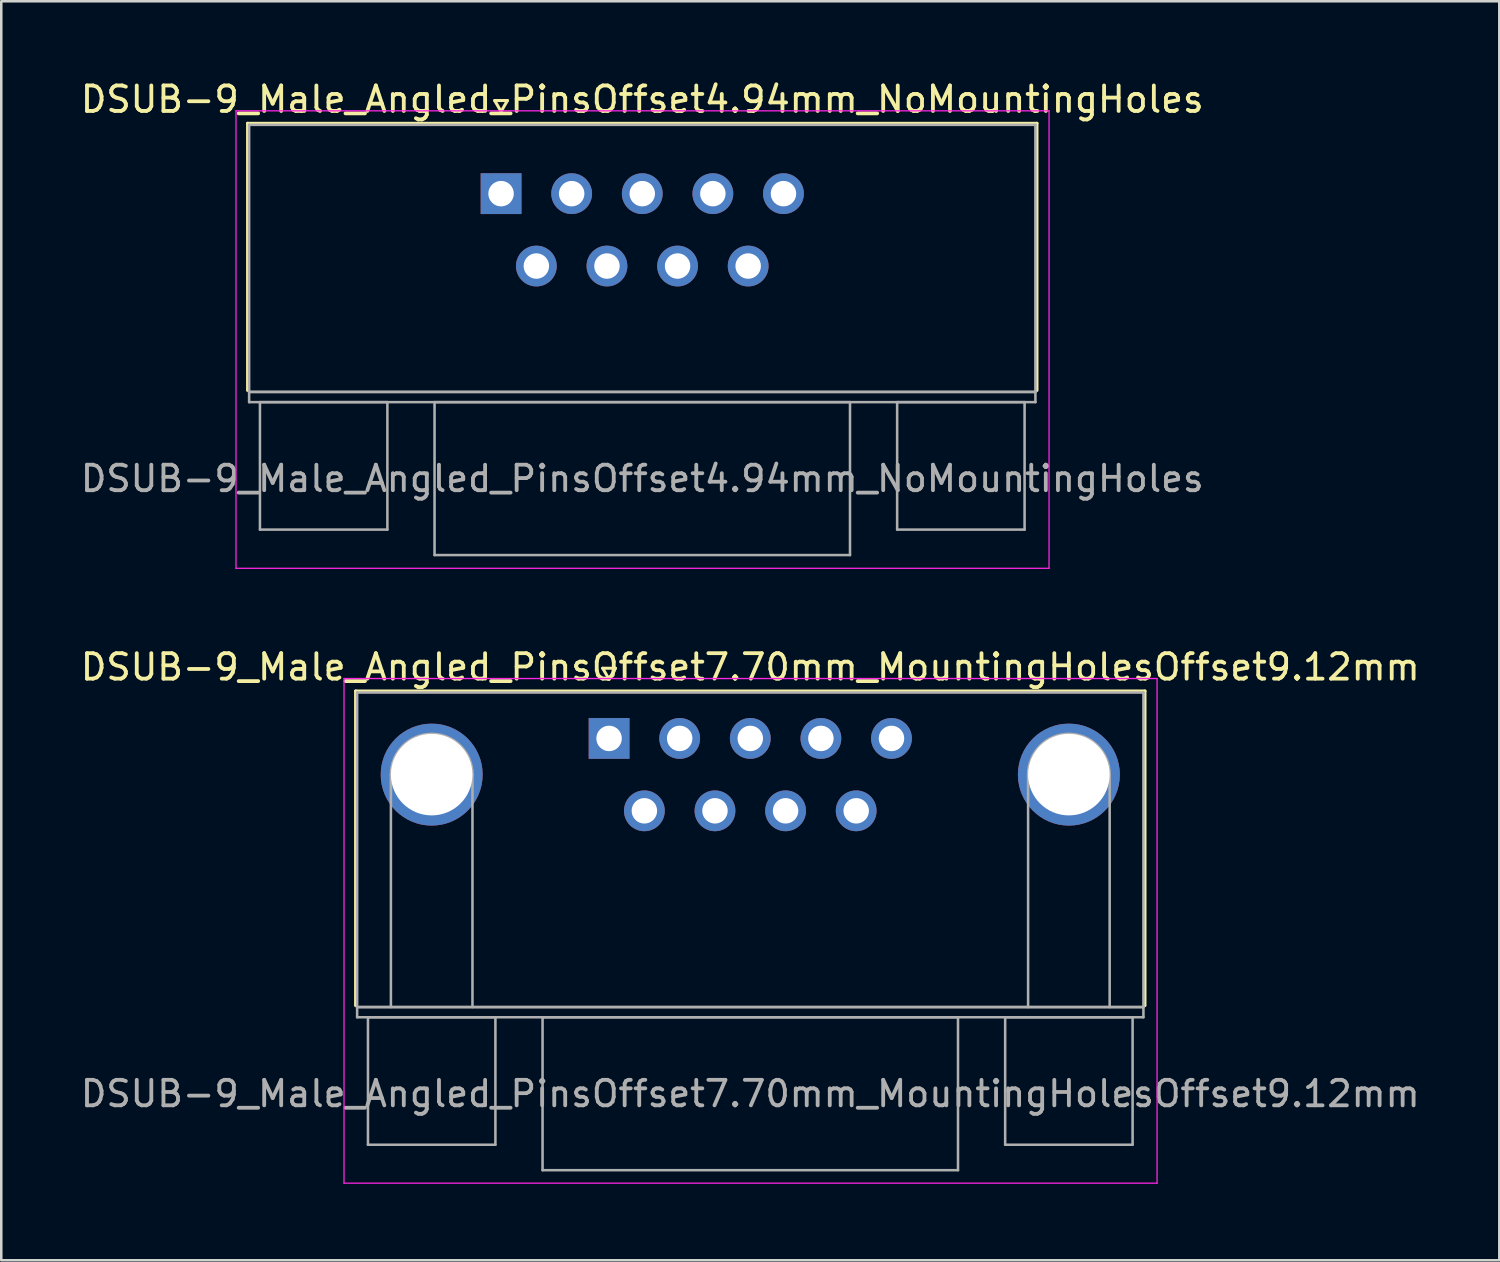
<source format=kicad_pcb>
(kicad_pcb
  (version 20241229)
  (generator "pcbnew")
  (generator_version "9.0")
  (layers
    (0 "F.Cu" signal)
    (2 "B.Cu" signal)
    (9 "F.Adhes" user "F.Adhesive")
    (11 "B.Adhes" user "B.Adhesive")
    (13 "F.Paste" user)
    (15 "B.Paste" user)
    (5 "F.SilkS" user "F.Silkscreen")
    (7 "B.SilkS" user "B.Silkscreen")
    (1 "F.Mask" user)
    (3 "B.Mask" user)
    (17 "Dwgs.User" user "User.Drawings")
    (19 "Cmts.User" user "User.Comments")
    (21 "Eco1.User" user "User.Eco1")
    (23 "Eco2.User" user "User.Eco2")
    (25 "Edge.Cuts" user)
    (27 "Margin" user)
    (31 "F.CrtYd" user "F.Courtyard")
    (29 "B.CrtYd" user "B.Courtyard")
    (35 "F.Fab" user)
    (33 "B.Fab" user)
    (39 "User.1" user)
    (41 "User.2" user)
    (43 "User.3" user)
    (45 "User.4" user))
  (footprint "DSUB-9_Male_Angled_PinsOffset7.70mm_MountingHolesOffset9.12mm"
    (layer "F.Cu")
    (at 20.847 25.922)
    (property "Reference" "DSUB-9_Male_Angled_PinsOffset7.70mm_MountingHolesOffset9.12mm" (at 5.54 -2.8 0) (layer "F.SilkS") (effects (font (size 1 1) (thickness 0.15))))
    (attr through_hole)
    (fp_line (start -9.945 -1.86) (end 21.025 -1.86) (stroke (width 0.12) (type solid)) (layer "F.SilkS"))
    (fp_line (start -9.945 10.48) (end -9.945 -1.86) (stroke (width 0.12) (type solid)) (layer "F.SilkS"))
    (fp_line (start -0.25 -2.754) (end 0.25 -2.754) (stroke (width 0.12) (type solid)) (layer "F.SilkS"))
    (fp_line (start 0 -2.321) (end -0.25 -2.754) (stroke (width 0.12) (type solid)) (layer "F.SilkS"))
    (fp_line (start 0.25 -2.754) (end 0 -2.321) (stroke (width 0.12) (type solid)) (layer "F.SilkS"))
    (fp_line (start 21.025 -1.86) (end 21.025 10.48) (stroke (width 0.12) (type solid)) (layer "F.SilkS"))
    (fp_line (start -10.4 -2.35) (end -10.4 17.45) (stroke (width 0.05) (type solid)) (layer "F.CrtYd"))
    (fp_line (start -10.4 17.45) (end 21.5 17.45) (stroke (width 0.05) (type solid)) (layer "F.CrtYd"))
    (fp_line (start 21.5 -2.35) (end -10.4 -2.35) (stroke (width 0.05) (type solid)) (layer "F.CrtYd"))
    (fp_line (start 21.5 17.45) (end 21.5 -2.35) (stroke (width 0.05) (type solid)) (layer "F.CrtYd"))
    (fp_line (start -9.885 -1.8) (end -9.885 10.54) (stroke (width 0.1) (type solid)) (layer "F.Fab"))
    (fp_line (start -9.885 10.54) (end -9.885 10.94) (stroke (width 0.1) (type solid)) (layer "F.Fab"))
    (fp_line (start -9.885 10.54) (end 20.965 10.54) (stroke (width 0.1) (type solid)) (layer "F.Fab"))
    (fp_line (start -9.885 10.94) (end 20.965 10.94) (stroke (width 0.1) (type solid)) (layer "F.Fab"))
    (fp_line (start -9.46 10.94) (end -9.46 15.94) (stroke (width 0.1) (type solid)) (layer "F.Fab"))
    (fp_line (start -9.46 15.94) (end -4.46 15.94) (stroke (width 0.1) (type solid)) (layer "F.Fab"))
    (fp_line (start -8.56 10.54) (end -8.56 1.42) (stroke (width 0.1) (type solid)) (layer "F.Fab"))
    (fp_line (start -5.36 10.54) (end -5.36 1.42) (stroke (width 0.1) (type solid)) (layer "F.Fab"))
    (fp_line (start -4.46 10.94) (end -9.46 10.94) (stroke (width 0.1) (type solid)) (layer "F.Fab"))
    (fp_line (start -4.46 15.94) (end -4.46 10.94) (stroke (width 0.1) (type solid)) (layer "F.Fab"))
    (fp_line (start -2.61 10.94) (end -2.61 16.94) (stroke (width 0.1) (type solid)) (layer "F.Fab"))
    (fp_line (start -2.61 16.94) (end 13.69 16.94) (stroke (width 0.1) (type solid)) (layer "F.Fab"))
    (fp_line (start 13.69 10.94) (end -2.61 10.94) (stroke (width 0.1) (type solid)) (layer "F.Fab"))
    (fp_line (start 13.69 16.94) (end 13.69 10.94) (stroke (width 0.1) (type solid)) (layer "F.Fab"))
    (fp_line (start 15.54 10.94) (end 15.54 15.94) (stroke (width 0.1) (type solid)) (layer "F.Fab"))
    (fp_line (start 15.54 15.94) (end 20.54 15.94) (stroke (width 0.1) (type solid)) (layer "F.Fab"))
    (fp_line (start 16.44 10.54) (end 16.44 1.42) (stroke (width 0.1) (type solid)) (layer "F.Fab"))
    (fp_line (start 19.64 10.54) (end 19.64 1.42) (stroke (width 0.1) (type solid)) (layer "F.Fab"))
    (fp_line (start 20.54 10.94) (end 15.54 10.94) (stroke (width 0.1) (type solid)) (layer "F.Fab"))
    (fp_line (start 20.54 15.94) (end 20.54 10.94) (stroke (width 0.1) (type solid)) (layer "F.Fab"))
    (fp_line (start 20.965 -1.8) (end -9.885 -1.8) (stroke (width 0.1) (type solid)) (layer "F.Fab"))
    (fp_line (start 20.965 10.54) (end -9.885 10.54) (stroke (width 0.1) (type solid)) (layer "F.Fab"))
    (fp_line (start 20.965 10.54) (end 20.965 -1.8) (stroke (width 0.1) (type solid)) (layer "F.Fab"))
    (fp_line (start 20.965 10.94) (end 20.965 10.54) (stroke (width 0.1) (type solid)) (layer "F.Fab"))
    (fp_arc (start -8.56 1.42) (mid -6.96 -0.18) (end -5.36 1.42) (stroke (width 0.1) (type solid)) (layer "F.Fab"))
    (fp_arc (start 16.44 1.42) (mid 18.04 -0.18) (end 19.64 1.42) (stroke (width 0.1) (type solid)) (layer "F.Fab"))
    (fp_text user "${REFERENCE}" (at 5.54 13.94 0) (layer "F.Fab") (effects (font (size 1 1) (thickness 0.15))))
    (pad "0" thru_hole circle (at -6.96 1.42) (size 4 4) (drill 3.2) (layers "*.Cu" "*.Mask"))
    (pad "0" thru_hole circle (at 18.04 1.42) (size 4 4) (drill 3.2) (layers "*.Cu" "*.Mask"))
    (pad "1" thru_hole rect (at 0 0) (size 1.6 1.6) (drill 1) (layers "*.Cu" "*.Mask"))
    (pad "2" thru_hole circle (at 2.77 0) (size 1.6 1.6) (drill 1) (layers "*.Cu" "*.Mask"))
    (pad "3" thru_hole circle (at 5.54 0) (size 1.6 1.6) (drill 1) (layers "*.Cu" "*.Mask"))
    (pad "4" thru_hole circle (at 8.31 0) (size 1.6 1.6) (drill 1) (layers "*.Cu" "*.Mask"))
    (pad "5" thru_hole circle (at 11.08 0) (size 1.6 1.6) (drill 1) (layers "*.Cu" "*.Mask"))
    (pad "6" thru_hole circle (at 1.385 2.84) (size 1.6 1.6) (drill 1) (layers "*.Cu" "*.Mask"))
    (pad "7" thru_hole circle (at 4.155 2.84) (size 1.6 1.6) (drill 1) (layers "*.Cu" "*.Mask"))
    (pad "8" thru_hole circle (at 6.925 2.84) (size 1.6 1.6) (drill 1) (layers "*.Cu" "*.Mask"))
    (pad "9" thru_hole circle (at 9.695 2.84) (size 1.6 1.6) (drill 1) (layers "*.Cu" "*.Mask")))
  (footprint "DSUB-9_Male_Angled_PinsOffset4.94mm_NoMountingHoles"
    (layer "F.Cu")
    (at 16.609 4.548)
    (property "Reference" "DSUB-9_Male_Angled_PinsOffset4.94mm_NoMountingHoles" (at 5.54 -3.7 0) (layer "F.SilkS") (effects (font (size 1 1) (thickness 0.15))))
    (attr through_hole)
    (fp_line (start -9.945 -2.76) (end 21.025 -2.76) (stroke (width 0.12) (type solid)) (layer "F.SilkS"))
    (fp_line (start -9.945 7.72) (end -9.945 -2.76) (stroke (width 0.12) (type solid)) (layer "F.SilkS"))
    (fp_line (start -0.25 -3.654) (end 0.25 -3.654) (stroke (width 0.12) (type solid)) (layer "F.SilkS"))
    (fp_line (start 0 -3.221) (end -0.25 -3.654) (stroke (width 0.12) (type solid)) (layer "F.SilkS"))
    (fp_line (start 0.25 -3.654) (end 0 -3.221) (stroke (width 0.12) (type solid)) (layer "F.SilkS"))
    (fp_line (start 21.025 -2.76) (end 21.025 7.72) (stroke (width 0.12) (type solid)) (layer "F.SilkS"))
    (fp_line (start -10.4 -3.25) (end -10.4 14.7) (stroke (width 0.05) (type solid)) (layer "F.CrtYd"))
    (fp_line (start -10.4 14.7) (end 21.5 14.7) (stroke (width 0.05) (type solid)) (layer "F.CrtYd"))
    (fp_line (start 21.5 -3.25) (end -10.4 -3.25) (stroke (width 0.05) (type solid)) (layer "F.CrtYd"))
    (fp_line (start 21.5 14.7) (end 21.5 -3.25) (stroke (width 0.05) (type solid)) (layer "F.CrtYd"))
    (fp_line (start -9.885 -2.7) (end -9.885 7.78) (stroke (width 0.1) (type solid)) (layer "F.Fab"))
    (fp_line (start -9.885 7.78) (end -9.885 8.18) (stroke (width 0.1) (type solid)) (layer "F.Fab"))
    (fp_line (start -9.885 7.78) (end 20.965 7.78) (stroke (width 0.1) (type solid)) (layer "F.Fab"))
    (fp_line (start -9.885 8.18) (end 20.965 8.18) (stroke (width 0.1) (type solid)) (layer "F.Fab"))
    (fp_line (start -9.46 8.18) (end -9.46 13.18) (stroke (width 0.1) (type solid)) (layer "F.Fab"))
    (fp_line (start -9.46 13.18) (end -4.46 13.18) (stroke (width 0.1) (type solid)) (layer "F.Fab"))
    (fp_line (start -4.46 8.18) (end -9.46 8.18) (stroke (width 0.1) (type solid)) (layer "F.Fab"))
    (fp_line (start -4.46 13.18) (end -4.46 8.18) (stroke (width 0.1) (type solid)) (layer "F.Fab"))
    (fp_line (start -2.61 8.18) (end -2.61 14.18) (stroke (width 0.1) (type solid)) (layer "F.Fab"))
    (fp_line (start -2.61 14.18) (end 13.69 14.18) (stroke (width 0.1) (type solid)) (layer "F.Fab"))
    (fp_line (start 13.69 8.18) (end -2.61 8.18) (stroke (width 0.1) (type solid)) (layer "F.Fab"))
    (fp_line (start 13.69 14.18) (end 13.69 8.18) (stroke (width 0.1) (type solid)) (layer "F.Fab"))
    (fp_line (start 15.54 8.18) (end 15.54 13.18) (stroke (width 0.1) (type solid)) (layer "F.Fab"))
    (fp_line (start 15.54 13.18) (end 20.54 13.18) (stroke (width 0.1) (type solid)) (layer "F.Fab"))
    (fp_line (start 20.54 8.18) (end 15.54 8.18) (stroke (width 0.1) (type solid)) (layer "F.Fab"))
    (fp_line (start 20.54 13.18) (end 20.54 8.18) (stroke (width 0.1) (type solid)) (layer "F.Fab"))
    (fp_line (start 20.965 -2.7) (end -9.885 -2.7) (stroke (width 0.1) (type solid)) (layer "F.Fab"))
    (fp_line (start 20.965 7.78) (end -9.885 7.78) (stroke (width 0.1) (type solid)) (layer "F.Fab"))
    (fp_line (start 20.965 7.78) (end 20.965 -2.7) (stroke (width 0.1) (type solid)) (layer "F.Fab"))
    (fp_line (start 20.965 8.18) (end 20.965 7.78) (stroke (width 0.1) (type solid)) (layer "F.Fab"))
    (fp_text user "${REFERENCE}" (at 5.54 11.18 0) (layer "F.Fab") (effects (font (size 1 1) (thickness 0.15))))
    (pad "1" thru_hole rect (at 0 0) (size 1.6 1.6) (drill 1) (layers "*.Cu" "*.Mask"))
    (pad "2" thru_hole circle (at 2.77 0) (size 1.6 1.6) (drill 1) (layers "*.Cu" "*.Mask"))
    (pad "3" thru_hole circle (at 5.54 0) (size 1.6 1.6) (drill 1) (layers "*.Cu" "*.Mask"))
    (pad "4" thru_hole circle (at 8.31 0) (size 1.6 1.6) (drill 1) (layers "*.Cu" "*.Mask"))
    (pad "5" thru_hole circle (at 11.08 0) (size 1.6 1.6) (drill 1) (layers "*.Cu" "*.Mask"))
    (pad "6" thru_hole circle (at 1.385 2.84) (size 1.6 1.6) (drill 1) (layers "*.Cu" "*.Mask"))
    (pad "7" thru_hole circle (at 4.155 2.84) (size 1.6 1.6) (drill 1) (layers "*.Cu" "*.Mask"))
    (pad "8" thru_hole circle (at 6.925 2.84) (size 1.6 1.6) (drill 1) (layers "*.Cu" "*.Mask"))
    (pad "9" thru_hole circle (at 9.695 2.84) (size 1.6 1.6) (drill 1) (layers "*.Cu" "*.Mask")))
  (gr_rect
    (start -3 -3)
    (end 55.774 46.397)
    (stroke (width 0.1) (type default))
    (fill no)
    (layer "Edge.Cuts")))
</source>
